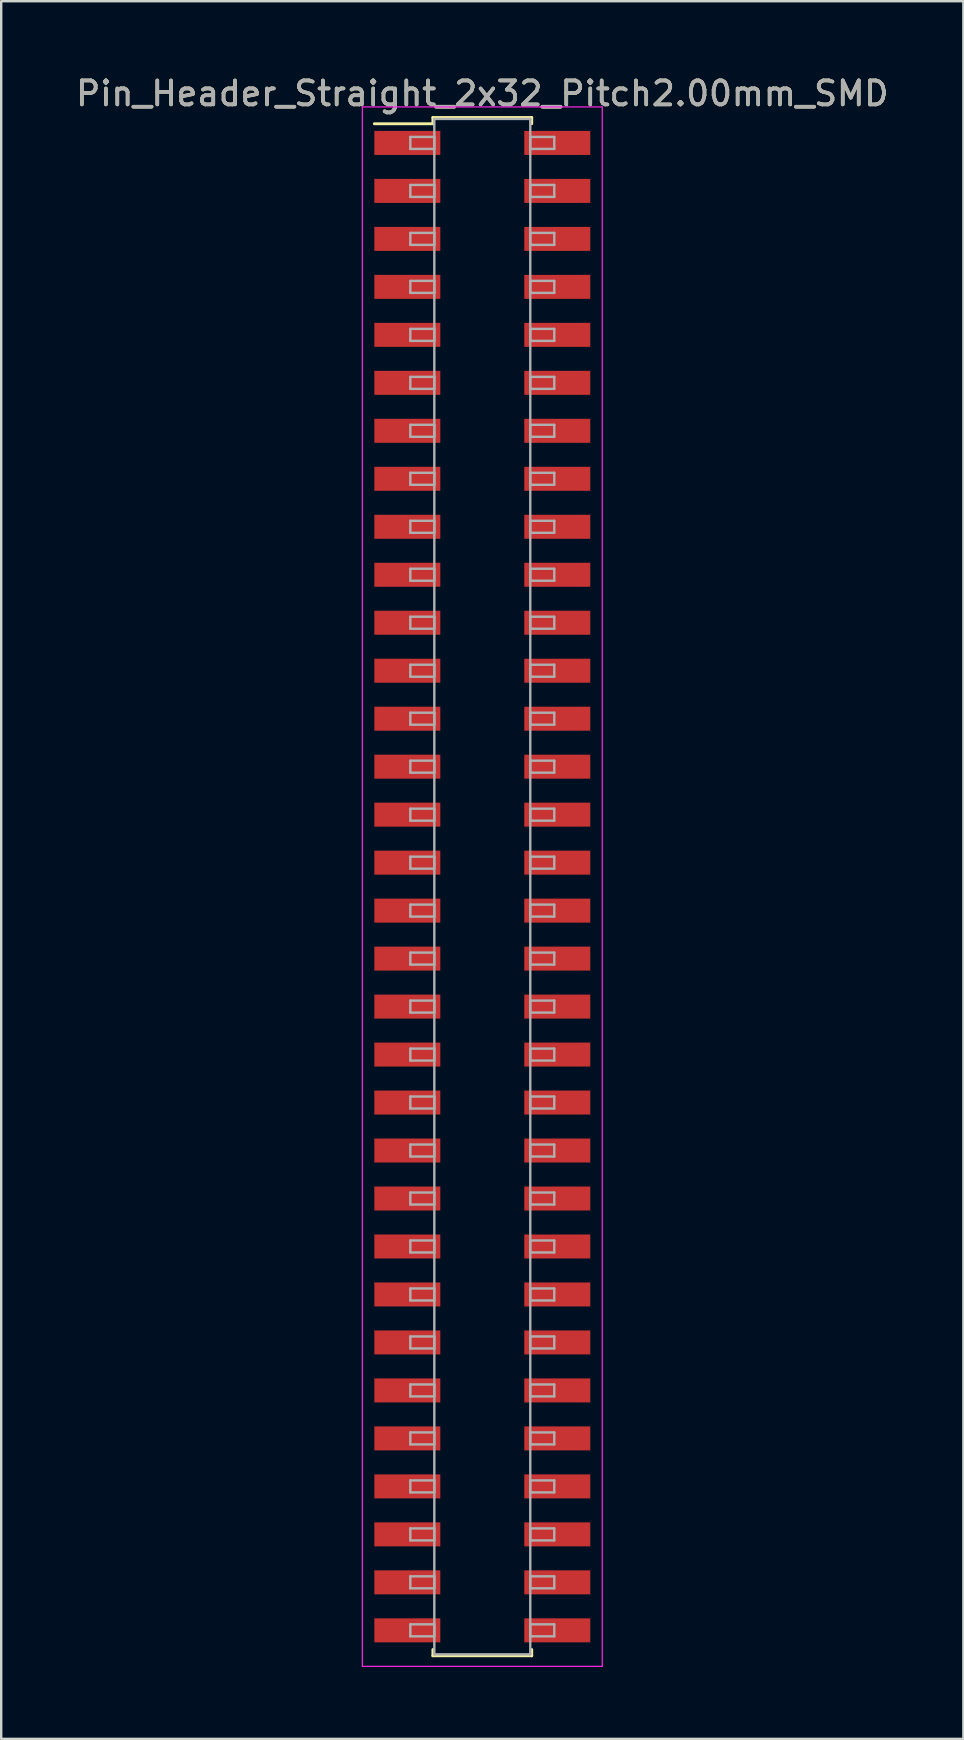
<source format=kicad_pcb>
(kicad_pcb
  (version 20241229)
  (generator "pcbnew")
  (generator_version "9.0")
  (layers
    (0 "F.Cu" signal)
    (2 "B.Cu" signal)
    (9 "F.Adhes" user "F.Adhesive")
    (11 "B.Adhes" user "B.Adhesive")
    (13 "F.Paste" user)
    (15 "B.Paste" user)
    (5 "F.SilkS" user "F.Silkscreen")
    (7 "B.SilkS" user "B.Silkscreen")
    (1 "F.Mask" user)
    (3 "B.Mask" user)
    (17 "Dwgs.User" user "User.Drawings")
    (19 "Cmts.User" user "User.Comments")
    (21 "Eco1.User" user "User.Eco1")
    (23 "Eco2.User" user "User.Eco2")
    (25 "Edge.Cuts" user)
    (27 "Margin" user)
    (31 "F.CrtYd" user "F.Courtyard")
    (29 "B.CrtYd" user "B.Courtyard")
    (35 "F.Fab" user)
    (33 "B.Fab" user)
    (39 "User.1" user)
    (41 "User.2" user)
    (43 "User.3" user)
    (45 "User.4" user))
  (footprint "Pin_Header_Straight_2x32_Pitch2.00mm_SMD"
    (layer "F.Cu")
    (at 17.054 33.908)
    (property "Reference" "Pin_Header_Straight_2x32_Pitch2.00mm_SMD" (at 0 -33.06 0) (layer "F.SilkS") (effects (font (size 1 1) (thickness 0.15))))
    (attr smd)
    (fp_line (start -4.5 -31.8) (end -2.06 -31.8) (stroke (width 0.12) (type solid)) (layer "F.SilkS"))
    (fp_line (start -2.06 -32.06) (end 2.06 -32.06) (stroke (width 0.12) (type solid)) (layer "F.SilkS"))
    (fp_line (start -2.06 -31.8) (end -2.06 -32.06) (stroke (width 0.12) (type solid)) (layer "F.SilkS"))
    (fp_line (start -2.06 31.8) (end -2.06 32.06) (stroke (width 0.12) (type solid)) (layer "F.SilkS"))
    (fp_line (start -2.06 32.06) (end 2.06 32.06) (stroke (width 0.12) (type solid)) (layer "F.SilkS"))
    (fp_line (start 2.06 -32.06) (end 2.06 -31.8) (stroke (width 0.12) (type solid)) (layer "F.SilkS"))
    (fp_line (start 2.06 32.06) (end 2.06 31.8) (stroke (width 0.12) (type solid)) (layer "F.SilkS"))
    (fp_line (start -5 -32.5) (end -5 32.5) (stroke (width 0.05) (type solid)) (layer "F.CrtYd"))
    (fp_line (start -5 32.5) (end 5 32.5) (stroke (width 0.05) (type solid)) (layer "F.CrtYd"))
    (fp_line (start 5 -32.5) (end -5 -32.5) (stroke (width 0.05) (type solid)) (layer "F.CrtYd"))
    (fp_line (start 5 32.5) (end 5 -32.5) (stroke (width 0.05) (type solid)) (layer "F.CrtYd"))
    (fp_line (start -3 -31.25) (end -2 -31.25) (stroke (width 0.1) (type solid)) (layer "F.Fab"))
    (fp_line (start -3 -30.75) (end -3 -31.25) (stroke (width 0.1) (type solid)) (layer "F.Fab"))
    (fp_line (start -3 -29.25) (end -2 -29.25) (stroke (width 0.1) (type solid)) (layer "F.Fab"))
    (fp_line (start -3 -28.75) (end -3 -29.25) (stroke (width 0.1) (type solid)) (layer "F.Fab"))
    (fp_line (start -3 -27.25) (end -2 -27.25) (stroke (width 0.1) (type solid)) (layer "F.Fab"))
    (fp_line (start -3 -26.75) (end -3 -27.25) (stroke (width 0.1) (type solid)) (layer "F.Fab"))
    (fp_line (start -3 -25.25) (end -2 -25.25) (stroke (width 0.1) (type solid)) (layer "F.Fab"))
    (fp_line (start -3 -24.75) (end -3 -25.25) (stroke (width 0.1) (type solid)) (layer "F.Fab"))
    (fp_line (start -3 -23.25) (end -2 -23.25) (stroke (width 0.1) (type solid)) (layer "F.Fab"))
    (fp_line (start -3 -22.75) (end -3 -23.25) (stroke (width 0.1) (type solid)) (layer "F.Fab"))
    (fp_line (start -3 -21.25) (end -2 -21.25) (stroke (width 0.1) (type solid)) (layer "F.Fab"))
    (fp_line (start -3 -20.75) (end -3 -21.25) (stroke (width 0.1) (type solid)) (layer "F.Fab"))
    (fp_line (start -3 -19.25) (end -2 -19.25) (stroke (width 0.1) (type solid)) (layer "F.Fab"))
    (fp_line (start -3 -18.75) (end -3 -19.25) (stroke (width 0.1) (type solid)) (layer "F.Fab"))
    (fp_line (start -3 -17.25) (end -2 -17.25) (stroke (width 0.1) (type solid)) (layer "F.Fab"))
    (fp_line (start -3 -16.75) (end -3 -17.25) (stroke (width 0.1) (type solid)) (layer "F.Fab"))
    (fp_line (start -3 -15.25) (end -2 -15.25) (stroke (width 0.1) (type solid)) (layer "F.Fab"))
    (fp_line (start -3 -14.75) (end -3 -15.25) (stroke (width 0.1) (type solid)) (layer "F.Fab"))
    (fp_line (start -3 -13.25) (end -2 -13.25) (stroke (width 0.1) (type solid)) (layer "F.Fab"))
    (fp_line (start -3 -12.75) (end -3 -13.25) (stroke (width 0.1) (type solid)) (layer "F.Fab"))
    (fp_line (start -3 -11.25) (end -2 -11.25) (stroke (width 0.1) (type solid)) (layer "F.Fab"))
    (fp_line (start -3 -10.75) (end -3 -11.25) (stroke (width 0.1) (type solid)) (layer "F.Fab"))
    (fp_line (start -3 -9.25) (end -2 -9.25) (stroke (width 0.1) (type solid)) (layer "F.Fab"))
    (fp_line (start -3 -8.75) (end -3 -9.25) (stroke (width 0.1) (type solid)) (layer "F.Fab"))
    (fp_line (start -3 -7.25) (end -2 -7.25) (stroke (width 0.1) (type solid)) (layer "F.Fab"))
    (fp_line (start -3 -6.75) (end -3 -7.25) (stroke (width 0.1) (type solid)) (layer "F.Fab"))
    (fp_line (start -3 -5.25) (end -2 -5.25) (stroke (width 0.1) (type solid)) (layer "F.Fab"))
    (fp_line (start -3 -4.75) (end -3 -5.25) (stroke (width 0.1) (type solid)) (layer "F.Fab"))
    (fp_line (start -3 -3.25) (end -2 -3.25) (stroke (width 0.1) (type solid)) (layer "F.Fab"))
    (fp_line (start -3 -2.75) (end -3 -3.25) (stroke (width 0.1) (type solid)) (layer "F.Fab"))
    (fp_line (start -3 -1.25) (end -2 -1.25) (stroke (width 0.1) (type solid)) (layer "F.Fab"))
    (fp_line (start -3 -0.75) (end -3 -1.25) (stroke (width 0.1) (type solid)) (layer "F.Fab"))
    (fp_line (start -3 0.75) (end -2 0.75) (stroke (width 0.1) (type solid)) (layer "F.Fab"))
    (fp_line (start -3 1.25) (end -3 0.75) (stroke (width 0.1) (type solid)) (layer "F.Fab"))
    (fp_line (start -3 2.75) (end -2 2.75) (stroke (width 0.1) (type solid)) (layer "F.Fab"))
    (fp_line (start -3 3.25) (end -3 2.75) (stroke (width 0.1) (type solid)) (layer "F.Fab"))
    (fp_line (start -3 4.75) (end -2 4.75) (stroke (width 0.1) (type solid)) (layer "F.Fab"))
    (fp_line (start -3 5.25) (end -3 4.75) (stroke (width 0.1) (type solid)) (layer "F.Fab"))
    (fp_line (start -3 6.75) (end -2 6.75) (stroke (width 0.1) (type solid)) (layer "F.Fab"))
    (fp_line (start -3 7.25) (end -3 6.75) (stroke (width 0.1) (type solid)) (layer "F.Fab"))
    (fp_line (start -3 8.75) (end -2 8.75) (stroke (width 0.1) (type solid)) (layer "F.Fab"))
    (fp_line (start -3 9.25) (end -3 8.75) (stroke (width 0.1) (type solid)) (layer "F.Fab"))
    (fp_line (start -3 10.75) (end -2 10.75) (stroke (width 0.1) (type solid)) (layer "F.Fab"))
    (fp_line (start -3 11.25) (end -3 10.75) (stroke (width 0.1) (type solid)) (layer "F.Fab"))
    (fp_line (start -3 12.75) (end -2 12.75) (stroke (width 0.1) (type solid)) (layer "F.Fab"))
    (fp_line (start -3 13.25) (end -3 12.75) (stroke (width 0.1) (type solid)) (layer "F.Fab"))
    (fp_line (start -3 14.75) (end -2 14.75) (stroke (width 0.1) (type solid)) (layer "F.Fab"))
    (fp_line (start -3 15.25) (end -3 14.75) (stroke (width 0.1) (type solid)) (layer "F.Fab"))
    (fp_line (start -3 16.75) (end -2 16.75) (stroke (width 0.1) (type solid)) (layer "F.Fab"))
    (fp_line (start -3 17.25) (end -3 16.75) (stroke (width 0.1) (type solid)) (layer "F.Fab"))
    (fp_line (start -3 18.75) (end -2 18.75) (stroke (width 0.1) (type solid)) (layer "F.Fab"))
    (fp_line (start -3 19.25) (end -3 18.75) (stroke (width 0.1) (type solid)) (layer "F.Fab"))
    (fp_line (start -3 20.75) (end -2 20.75) (stroke (width 0.1) (type solid)) (layer "F.Fab"))
    (fp_line (start -3 21.25) (end -3 20.75) (stroke (width 0.1) (type solid)) (layer "F.Fab"))
    (fp_line (start -3 22.75) (end -2 22.75) (stroke (width 0.1) (type solid)) (layer "F.Fab"))
    (fp_line (start -3 23.25) (end -3 22.75) (stroke (width 0.1) (type solid)) (layer "F.Fab"))
    (fp_line (start -3 24.75) (end -2 24.75) (stroke (width 0.1) (type solid)) (layer "F.Fab"))
    (fp_line (start -3 25.25) (end -3 24.75) (stroke (width 0.1) (type solid)) (layer "F.Fab"))
    (fp_line (start -3 26.75) (end -2 26.75) (stroke (width 0.1) (type solid)) (layer "F.Fab"))
    (fp_line (start -3 27.25) (end -3 26.75) (stroke (width 0.1) (type solid)) (layer "F.Fab"))
    (fp_line (start -3 28.75) (end -2 28.75) (stroke (width 0.1) (type solid)) (layer "F.Fab"))
    (fp_line (start -3 29.25) (end -3 28.75) (stroke (width 0.1) (type solid)) (layer "F.Fab"))
    (fp_line (start -3 30.75) (end -2 30.75) (stroke (width 0.1) (type solid)) (layer "F.Fab"))
    (fp_line (start -3 31.25) (end -3 30.75) (stroke (width 0.1) (type solid)) (layer "F.Fab"))
    (fp_line (start -2 -32) (end -2 32) (stroke (width 0.1) (type solid)) (layer "F.Fab"))
    (fp_line (start -2 -31.25) (end -2 -30.75) (stroke (width 0.1) (type solid)) (layer "F.Fab"))
    (fp_line (start -2 -30.75) (end -3 -30.75) (stroke (width 0.1) (type solid)) (layer "F.Fab"))
    (fp_line (start -2 -29.25) (end -2 -28.75) (stroke (width 0.1) (type solid)) (layer "F.Fab"))
    (fp_line (start -2 -28.75) (end -3 -28.75) (stroke (width 0.1) (type solid)) (layer "F.Fab"))
    (fp_line (start -2 -27.25) (end -2 -26.75) (stroke (width 0.1) (type solid)) (layer "F.Fab"))
    (fp_line (start -2 -26.75) (end -3 -26.75) (stroke (width 0.1) (type solid)) (layer "F.Fab"))
    (fp_line (start -2 -25.25) (end -2 -24.75) (stroke (width 0.1) (type solid)) (layer "F.Fab"))
    (fp_line (start -2 -24.75) (end -3 -24.75) (stroke (width 0.1) (type solid)) (layer "F.Fab"))
    (fp_line (start -2 -23.25) (end -2 -22.75) (stroke (width 0.1) (type solid)) (layer "F.Fab"))
    (fp_line (start -2 -22.75) (end -3 -22.75) (stroke (width 0.1) (type solid)) (layer "F.Fab"))
    (fp_line (start -2 -21.25) (end -2 -20.75) (stroke (width 0.1) (type solid)) (layer "F.Fab"))
    (fp_line (start -2 -20.75) (end -3 -20.75) (stroke (width 0.1) (type solid)) (layer "F.Fab"))
    (fp_line (start -2 -19.25) (end -2 -18.75) (stroke (width 0.1) (type solid)) (layer "F.Fab"))
    (fp_line (start -2 -18.75) (end -3 -18.75) (stroke (width 0.1) (type solid)) (layer "F.Fab"))
    (fp_line (start -2 -17.25) (end -2 -16.75) (stroke (width 0.1) (type solid)) (layer "F.Fab"))
    (fp_line (start -2 -16.75) (end -3 -16.75) (stroke (width 0.1) (type solid)) (layer "F.Fab"))
    (fp_line (start -2 -15.25) (end -2 -14.75) (stroke (width 0.1) (type solid)) (layer "F.Fab"))
    (fp_line (start -2 -14.75) (end -3 -14.75) (stroke (width 0.1) (type solid)) (layer "F.Fab"))
    (fp_line (start -2 -13.25) (end -2 -12.75) (stroke (width 0.1) (type solid)) (layer "F.Fab"))
    (fp_line (start -2 -12.75) (end -3 -12.75) (stroke (width 0.1) (type solid)) (layer "F.Fab"))
    (fp_line (start -2 -11.25) (end -2 -10.75) (stroke (width 0.1) (type solid)) (layer "F.Fab"))
    (fp_line (start -2 -10.75) (end -3 -10.75) (stroke (width 0.1) (type solid)) (layer "F.Fab"))
    (fp_line (start -2 -9.25) (end -2 -8.75) (stroke (width 0.1) (type solid)) (layer "F.Fab"))
    (fp_line (start -2 -8.75) (end -3 -8.75) (stroke (width 0.1) (type solid)) (layer "F.Fab"))
    (fp_line (start -2 -7.25) (end -2 -6.75) (stroke (width 0.1) (type solid)) (layer "F.Fab"))
    (fp_line (start -2 -6.75) (end -3 -6.75) (stroke (width 0.1) (type solid)) (layer "F.Fab"))
    (fp_line (start -2 -5.25) (end -2 -4.75) (stroke (width 0.1) (type solid)) (layer "F.Fab"))
    (fp_line (start -2 -4.75) (end -3 -4.75) (stroke (width 0.1) (type solid)) (layer "F.Fab"))
    (fp_line (start -2 -3.25) (end -2 -2.75) (stroke (width 0.1) (type solid)) (layer "F.Fab"))
    (fp_line (start -2 -2.75) (end -3 -2.75) (stroke (width 0.1) (type solid)) (layer "F.Fab"))
    (fp_line (start -2 -1.25) (end -2 -0.75) (stroke (width 0.1) (type solid)) (layer "F.Fab"))
    (fp_line (start -2 -0.75) (end -3 -0.75) (stroke (width 0.1) (type solid)) (layer "F.Fab"))
    (fp_line (start -2 0.75) (end -2 1.25) (stroke (width 0.1) (type solid)) (layer "F.Fab"))
    (fp_line (start -2 1.25) (end -3 1.25) (stroke (width 0.1) (type solid)) (layer "F.Fab"))
    (fp_line (start -2 2.75) (end -2 3.25) (stroke (width 0.1) (type solid)) (layer "F.Fab"))
    (fp_line (start -2 3.25) (end -3 3.25) (stroke (width 0.1) (type solid)) (layer "F.Fab"))
    (fp_line (start -2 4.75) (end -2 5.25) (stroke (width 0.1) (type solid)) (layer "F.Fab"))
    (fp_line (start -2 5.25) (end -3 5.25) (stroke (width 0.1) (type solid)) (layer "F.Fab"))
    (fp_line (start -2 6.75) (end -2 7.25) (stroke (width 0.1) (type solid)) (layer "F.Fab"))
    (fp_line (start -2 7.25) (end -3 7.25) (stroke (width 0.1) (type solid)) (layer "F.Fab"))
    (fp_line (start -2 8.75) (end -2 9.25) (stroke (width 0.1) (type solid)) (layer "F.Fab"))
    (fp_line (start -2 9.25) (end -3 9.25) (stroke (width 0.1) (type solid)) (layer "F.Fab"))
    (fp_line (start -2 10.75) (end -2 11.25) (stroke (width 0.1) (type solid)) (layer "F.Fab"))
    (fp_line (start -2 11.25) (end -3 11.25) (stroke (width 0.1) (type solid)) (layer "F.Fab"))
    (fp_line (start -2 12.75) (end -2 13.25) (stroke (width 0.1) (type solid)) (layer "F.Fab"))
    (fp_line (start -2 13.25) (end -3 13.25) (stroke (width 0.1) (type solid)) (layer "F.Fab"))
    (fp_line (start -2 14.75) (end -2 15.25) (stroke (width 0.1) (type solid)) (layer "F.Fab"))
    (fp_line (start -2 15.25) (end -3 15.25) (stroke (width 0.1) (type solid)) (layer "F.Fab"))
    (fp_line (start -2 16.75) (end -2 17.25) (stroke (width 0.1) (type solid)) (layer "F.Fab"))
    (fp_line (start -2 17.25) (end -3 17.25) (stroke (width 0.1) (type solid)) (layer "F.Fab"))
    (fp_line (start -2 18.75) (end -2 19.25) (stroke (width 0.1) (type solid)) (layer "F.Fab"))
    (fp_line (start -2 19.25) (end -3 19.25) (stroke (width 0.1) (type solid)) (layer "F.Fab"))
    (fp_line (start -2 20.75) (end -2 21.25) (stroke (width 0.1) (type solid)) (layer "F.Fab"))
    (fp_line (start -2 21.25) (end -3 21.25) (stroke (width 0.1) (type solid)) (layer "F.Fab"))
    (fp_line (start -2 22.75) (end -2 23.25) (stroke (width 0.1) (type solid)) (layer "F.Fab"))
    (fp_line (start -2 23.25) (end -3 23.25) (stroke (width 0.1) (type solid)) (layer "F.Fab"))
    (fp_line (start -2 24.75) (end -2 25.25) (stroke (width 0.1) (type solid)) (layer "F.Fab"))
    (fp_line (start -2 25.25) (end -3 25.25) (stroke (width 0.1) (type solid)) (layer "F.Fab"))
    (fp_line (start -2 26.75) (end -2 27.25) (stroke (width 0.1) (type solid)) (layer "F.Fab"))
    (fp_line (start -2 27.25) (end -3 27.25) (stroke (width 0.1) (type solid)) (layer "F.Fab"))
    (fp_line (start -2 28.75) (end -2 29.25) (stroke (width 0.1) (type solid)) (layer "F.Fab"))
    (fp_line (start -2 29.25) (end -3 29.25) (stroke (width 0.1) (type solid)) (layer "F.Fab"))
    (fp_line (start -2 30.75) (end -2 31.25) (stroke (width 0.1) (type solid)) (layer "F.Fab"))
    (fp_line (start -2 31.25) (end -3 31.25) (stroke (width 0.1) (type solid)) (layer "F.Fab"))
    (fp_line (start -2 32) (end 2 32) (stroke (width 0.1) (type solid)) (layer "F.Fab"))
    (fp_line (start 2 -32) (end -2 -32) (stroke (width 0.1) (type solid)) (layer "F.Fab"))
    (fp_line (start 2 -31.25) (end 2 -30.75) (stroke (width 0.1) (type solid)) (layer "F.Fab"))
    (fp_line (start 2 -30.75) (end 3 -30.75) (stroke (width 0.1) (type solid)) (layer "F.Fab"))
    (fp_line (start 2 -29.25) (end 2 -28.75) (stroke (width 0.1) (type solid)) (layer "F.Fab"))
    (fp_line (start 2 -28.75) (end 3 -28.75) (stroke (width 0.1) (type solid)) (layer "F.Fab"))
    (fp_line (start 2 -27.25) (end 2 -26.75) (stroke (width 0.1) (type solid)) (layer "F.Fab"))
    (fp_line (start 2 -26.75) (end 3 -26.75) (stroke (width 0.1) (type solid)) (layer "F.Fab"))
    (fp_line (start 2 -25.25) (end 2 -24.75) (stroke (width 0.1) (type solid)) (layer "F.Fab"))
    (fp_line (start 2 -24.75) (end 3 -24.75) (stroke (width 0.1) (type solid)) (layer "F.Fab"))
    (fp_line (start 2 -23.25) (end 2 -22.75) (stroke (width 0.1) (type solid)) (layer "F.Fab"))
    (fp_line (start 2 -22.75) (end 3 -22.75) (stroke (width 0.1) (type solid)) (layer "F.Fab"))
    (fp_line (start 2 -21.25) (end 2 -20.75) (stroke (width 0.1) (type solid)) (layer "F.Fab"))
    (fp_line (start 2 -20.75) (end 3 -20.75) (stroke (width 0.1) (type solid)) (layer "F.Fab"))
    (fp_line (start 2 -19.25) (end 2 -18.75) (stroke (width 0.1) (type solid)) (layer "F.Fab"))
    (fp_line (start 2 -18.75) (end 3 -18.75) (stroke (width 0.1) (type solid)) (layer "F.Fab"))
    (fp_line (start 2 -17.25) (end 2 -16.75) (stroke (width 0.1) (type solid)) (layer "F.Fab"))
    (fp_line (start 2 -16.75) (end 3 -16.75) (stroke (width 0.1) (type solid)) (layer "F.Fab"))
    (fp_line (start 2 -15.25) (end 2 -14.75) (stroke (width 0.1) (type solid)) (layer "F.Fab"))
    (fp_line (start 2 -14.75) (end 3 -14.75) (stroke (width 0.1) (type solid)) (layer "F.Fab"))
    (fp_line (start 2 -13.25) (end 2 -12.75) (stroke (width 0.1) (type solid)) (layer "F.Fab"))
    (fp_line (start 2 -12.75) (end 3 -12.75) (stroke (width 0.1) (type solid)) (layer "F.Fab"))
    (fp_line (start 2 -11.25) (end 2 -10.75) (stroke (width 0.1) (type solid)) (layer "F.Fab"))
    (fp_line (start 2 -10.75) (end 3 -10.75) (stroke (width 0.1) (type solid)) (layer "F.Fab"))
    (fp_line (start 2 -9.25) (end 2 -8.75) (stroke (width 0.1) (type solid)) (layer "F.Fab"))
    (fp_line (start 2 -8.75) (end 3 -8.75) (stroke (width 0.1) (type solid)) (layer "F.Fab"))
    (fp_line (start 2 -7.25) (end 2 -6.75) (stroke (width 0.1) (type solid)) (layer "F.Fab"))
    (fp_line (start 2 -6.75) (end 3 -6.75) (stroke (width 0.1) (type solid)) (layer "F.Fab"))
    (fp_line (start 2 -5.25) (end 2 -4.75) (stroke (width 0.1) (type solid)) (layer "F.Fab"))
    (fp_line (start 2 -4.75) (end 3 -4.75) (stroke (width 0.1) (type solid)) (layer "F.Fab"))
    (fp_line (start 2 -3.25) (end 2 -2.75) (stroke (width 0.1) (type solid)) (layer "F.Fab"))
    (fp_line (start 2 -2.75) (end 3 -2.75) (stroke (width 0.1) (type solid)) (layer "F.Fab"))
    (fp_line (start 2 -1.25) (end 2 -0.75) (stroke (width 0.1) (type solid)) (layer "F.Fab"))
    (fp_line (start 2 -0.75) (end 3 -0.75) (stroke (width 0.1) (type solid)) (layer "F.Fab"))
    (fp_line (start 2 0.75) (end 2 1.25) (stroke (width 0.1) (type solid)) (layer "F.Fab"))
    (fp_line (start 2 1.25) (end 3 1.25) (stroke (width 0.1) (type solid)) (layer "F.Fab"))
    (fp_line (start 2 2.75) (end 2 3.25) (stroke (width 0.1) (type solid)) (layer "F.Fab"))
    (fp_line (start 2 3.25) (end 3 3.25) (stroke (width 0.1) (type solid)) (layer "F.Fab"))
    (fp_line (start 2 4.75) (end 2 5.25) (stroke (width 0.1) (type solid)) (layer "F.Fab"))
    (fp_line (start 2 5.25) (end 3 5.25) (stroke (width 0.1) (type solid)) (layer "F.Fab"))
    (fp_line (start 2 6.75) (end 2 7.25) (stroke (width 0.1) (type solid)) (layer "F.Fab"))
    (fp_line (start 2 7.25) (end 3 7.25) (stroke (width 0.1) (type solid)) (layer "F.Fab"))
    (fp_line (start 2 8.75) (end 2 9.25) (stroke (width 0.1) (type solid)) (layer "F.Fab"))
    (fp_line (start 2 9.25) (end 3 9.25) (stroke (width 0.1) (type solid)) (layer "F.Fab"))
    (fp_line (start 2 10.75) (end 2 11.25) (stroke (width 0.1) (type solid)) (layer "F.Fab"))
    (fp_line (start 2 11.25) (end 3 11.25) (stroke (width 0.1) (type solid)) (layer "F.Fab"))
    (fp_line (start 2 12.75) (end 2 13.25) (stroke (width 0.1) (type solid)) (layer "F.Fab"))
    (fp_line (start 2 13.25) (end 3 13.25) (stroke (width 0.1) (type solid)) (layer "F.Fab"))
    (fp_line (start 2 14.75) (end 2 15.25) (stroke (width 0.1) (type solid)) (layer "F.Fab"))
    (fp_line (start 2 15.25) (end 3 15.25) (stroke (width 0.1) (type solid)) (layer "F.Fab"))
    (fp_line (start 2 16.75) (end 2 17.25) (stroke (width 0.1) (type solid)) (layer "F.Fab"))
    (fp_line (start 2 17.25) (end 3 17.25) (stroke (width 0.1) (type solid)) (layer "F.Fab"))
    (fp_line (start 2 18.75) (end 2 19.25) (stroke (width 0.1) (type solid)) (layer "F.Fab"))
    (fp_line (start 2 19.25) (end 3 19.25) (stroke (width 0.1) (type solid)) (layer "F.Fab"))
    (fp_line (start 2 20.75) (end 2 21.25) (stroke (width 0.1) (type solid)) (layer "F.Fab"))
    (fp_line (start 2 21.25) (end 3 21.25) (stroke (width 0.1) (type solid)) (layer "F.Fab"))
    (fp_line (start 2 22.75) (end 2 23.25) (stroke (width 0.1) (type solid)) (layer "F.Fab"))
    (fp_line (start 2 23.25) (end 3 23.25) (stroke (width 0.1) (type solid)) (layer "F.Fab"))
    (fp_line (start 2 24.75) (end 2 25.25) (stroke (width 0.1) (type solid)) (layer "F.Fab"))
    (fp_line (start 2 25.25) (end 3 25.25) (stroke (width 0.1) (type solid)) (layer "F.Fab"))
    (fp_line (start 2 26.75) (end 2 27.25) (stroke (width 0.1) (type solid)) (layer "F.Fab"))
    (fp_line (start 2 27.25) (end 3 27.25) (stroke (width 0.1) (type solid)) (layer "F.Fab"))
    (fp_line (start 2 28.75) (end 2 29.25) (stroke (width 0.1) (type solid)) (layer "F.Fab"))
    (fp_line (start 2 29.25) (end 3 29.25) (stroke (width 0.1) (type solid)) (layer "F.Fab"))
    (fp_line (start 2 30.75) (end 2 31.25) (stroke (width 0.1) (type solid)) (layer "F.Fab"))
    (fp_line (start 2 31.25) (end 3 31.25) (stroke (width 0.1) (type solid)) (layer "F.Fab"))
    (fp_line (start 2 32) (end 2 -32) (stroke (width 0.1) (type solid)) (layer "F.Fab"))
    (fp_line (start 3 -31.25) (end 2 -31.25) (stroke (width 0.1) (type solid)) (layer "F.Fab"))
    (fp_line (start 3 -30.75) (end 3 -31.25) (stroke (width 0.1) (type solid)) (layer "F.Fab"))
    (fp_line (start 3 -29.25) (end 2 -29.25) (stroke (width 0.1) (type solid)) (layer "F.Fab"))
    (fp_line (start 3 -28.75) (end 3 -29.25) (stroke (width 0.1) (type solid)) (layer "F.Fab"))
    (fp_line (start 3 -27.25) (end 2 -27.25) (stroke (width 0.1) (type solid)) (layer "F.Fab"))
    (fp_line (start 3 -26.75) (end 3 -27.25) (stroke (width 0.1) (type solid)) (layer "F.Fab"))
    (fp_line (start 3 -25.25) (end 2 -25.25) (stroke (width 0.1) (type solid)) (layer "F.Fab"))
    (fp_line (start 3 -24.75) (end 3 -25.25) (stroke (width 0.1) (type solid)) (layer "F.Fab"))
    (fp_line (start 3 -23.25) (end 2 -23.25) (stroke (width 0.1) (type solid)) (layer "F.Fab"))
    (fp_line (start 3 -22.75) (end 3 -23.25) (stroke (width 0.1) (type solid)) (layer "F.Fab"))
    (fp_line (start 3 -21.25) (end 2 -21.25) (stroke (width 0.1) (type solid)) (layer "F.Fab"))
    (fp_line (start 3 -20.75) (end 3 -21.25) (stroke (width 0.1) (type solid)) (layer "F.Fab"))
    (fp_line (start 3 -19.25) (end 2 -19.25) (stroke (width 0.1) (type solid)) (layer "F.Fab"))
    (fp_line (start 3 -18.75) (end 3 -19.25) (stroke (width 0.1) (type solid)) (layer "F.Fab"))
    (fp_line (start 3 -17.25) (end 2 -17.25) (stroke (width 0.1) (type solid)) (layer "F.Fab"))
    (fp_line (start 3 -16.75) (end 3 -17.25) (stroke (width 0.1) (type solid)) (layer "F.Fab"))
    (fp_line (start 3 -15.25) (end 2 -15.25) (stroke (width 0.1) (type solid)) (layer "F.Fab"))
    (fp_line (start 3 -14.75) (end 3 -15.25) (stroke (width 0.1) (type solid)) (layer "F.Fab"))
    (fp_line (start 3 -13.25) (end 2 -13.25) (stroke (width 0.1) (type solid)) (layer "F.Fab"))
    (fp_line (start 3 -12.75) (end 3 -13.25) (stroke (width 0.1) (type solid)) (layer "F.Fab"))
    (fp_line (start 3 -11.25) (end 2 -11.25) (stroke (width 0.1) (type solid)) (layer "F.Fab"))
    (fp_line (start 3 -10.75) (end 3 -11.25) (stroke (width 0.1) (type solid)) (layer "F.Fab"))
    (fp_line (start 3 -9.25) (end 2 -9.25) (stroke (width 0.1) (type solid)) (layer "F.Fab"))
    (fp_line (start 3 -8.75) (end 3 -9.25) (stroke (width 0.1) (type solid)) (layer "F.Fab"))
    (fp_line (start 3 -7.25) (end 2 -7.25) (stroke (width 0.1) (type solid)) (layer "F.Fab"))
    (fp_line (start 3 -6.75) (end 3 -7.25) (stroke (width 0.1) (type solid)) (layer "F.Fab"))
    (fp_line (start 3 -5.25) (end 2 -5.25) (stroke (width 0.1) (type solid)) (layer "F.Fab"))
    (fp_line (start 3 -4.75) (end 3 -5.25) (stroke (width 0.1) (type solid)) (layer "F.Fab"))
    (fp_line (start 3 -3.25) (end 2 -3.25) (stroke (width 0.1) (type solid)) (layer "F.Fab"))
    (fp_line (start 3 -2.75) (end 3 -3.25) (stroke (width 0.1) (type solid)) (layer "F.Fab"))
    (fp_line (start 3 -1.25) (end 2 -1.25) (stroke (width 0.1) (type solid)) (layer "F.Fab"))
    (fp_line (start 3 -0.75) (end 3 -1.25) (stroke (width 0.1) (type solid)) (layer "F.Fab"))
    (fp_line (start 3 0.75) (end 2 0.75) (stroke (width 0.1) (type solid)) (layer "F.Fab"))
    (fp_line (start 3 1.25) (end 3 0.75) (stroke (width 0.1) (type solid)) (layer "F.Fab"))
    (fp_line (start 3 2.75) (end 2 2.75) (stroke (width 0.1) (type solid)) (layer "F.Fab"))
    (fp_line (start 3 3.25) (end 3 2.75) (stroke (width 0.1) (type solid)) (layer "F.Fab"))
    (fp_line (start 3 4.75) (end 2 4.75) (stroke (width 0.1) (type solid)) (layer "F.Fab"))
    (fp_line (start 3 5.25) (end 3 4.75) (stroke (width 0.1) (type solid)) (layer "F.Fab"))
    (fp_line (start 3 6.75) (end 2 6.75) (stroke (width 0.1) (type solid)) (layer "F.Fab"))
    (fp_line (start 3 7.25) (end 3 6.75) (stroke (width 0.1) (type solid)) (layer "F.Fab"))
    (fp_line (start 3 8.75) (end 2 8.75) (stroke (width 0.1) (type solid)) (layer "F.Fab"))
    (fp_line (start 3 9.25) (end 3 8.75) (stroke (width 0.1) (type solid)) (layer "F.Fab"))
    (fp_line (start 3 10.75) (end 2 10.75) (stroke (width 0.1) (type solid)) (layer "F.Fab"))
    (fp_line (start 3 11.25) (end 3 10.75) (stroke (width 0.1) (type solid)) (layer "F.Fab"))
    (fp_line (start 3 12.75) (end 2 12.75) (stroke (width 0.1) (type solid)) (layer "F.Fab"))
    (fp_line (start 3 13.25) (end 3 12.75) (stroke (width 0.1) (type solid)) (layer "F.Fab"))
    (fp_line (start 3 14.75) (end 2 14.75) (stroke (width 0.1) (type solid)) (layer "F.Fab"))
    (fp_line (start 3 15.25) (end 3 14.75) (stroke (width 0.1) (type solid)) (layer "F.Fab"))
    (fp_line (start 3 16.75) (end 2 16.75) (stroke (width 0.1) (type solid)) (layer "F.Fab"))
    (fp_line (start 3 17.25) (end 3 16.75) (stroke (width 0.1) (type solid)) (layer "F.Fab"))
    (fp_line (start 3 18.75) (end 2 18.75) (stroke (width 0.1) (type solid)) (layer "F.Fab"))
    (fp_line (start 3 19.25) (end 3 18.75) (stroke (width 0.1) (type solid)) (layer "F.Fab"))
    (fp_line (start 3 20.75) (end 2 20.75) (stroke (width 0.1) (type solid)) (layer "F.Fab"))
    (fp_line (start 3 21.25) (end 3 20.75) (stroke (width 0.1) (type solid)) (layer "F.Fab"))
    (fp_line (start 3 22.75) (end 2 22.75) (stroke (width 0.1) (type solid)) (layer "F.Fab"))
    (fp_line (start 3 23.25) (end 3 22.75) (stroke (width 0.1) (type solid)) (layer "F.Fab"))
    (fp_line (start 3 24.75) (end 2 24.75) (stroke (width 0.1) (type solid)) (layer "F.Fab"))
    (fp_line (start 3 25.25) (end 3 24.75) (stroke (width 0.1) (type solid)) (layer "F.Fab"))
    (fp_line (start 3 26.75) (end 2 26.75) (stroke (width 0.1) (type solid)) (layer "F.Fab"))
    (fp_line (start 3 27.25) (end 3 26.75) (stroke (width 0.1) (type solid)) (layer "F.Fab"))
    (fp_line (start 3 28.75) (end 2 28.75) (stroke (width 0.1) (type solid)) (layer "F.Fab"))
    (fp_line (start 3 29.25) (end 3 28.75) (stroke (width 0.1) (type solid)) (layer "F.Fab"))
    (fp_line (start 3 30.75) (end 2 30.75) (stroke (width 0.1) (type solid)) (layer "F.Fab"))
    (fp_line (start 3 31.25) (end 3 30.75) (stroke (width 0.1) (type solid)) (layer "F.Fab"))
    (fp_text user "${REFERENCE}" (at 0 -33.06 0) (layer "F.Fab") (effects (font (size 1 1) (thickness 0.15))))
    (pad "1" smd rect (at -3.125 -31) (size 2.75 1) (layers "F.Cu" "F.Mask" "F.Paste"))
    (pad "2" smd rect (at 3.125 -31) (size 2.75 1) (layers "F.Cu" "F.Mask" "F.Paste"))
    (pad "3" smd rect (at -3.125 -29) (size 2.75 1) (layers "F.Cu" "F.Mask" "F.Paste"))
    (pad "4" smd rect (at 3.125 -29) (size 2.75 1) (layers "F.Cu" "F.Mask" "F.Paste"))
    (pad "5" smd rect (at -3.125 -27) (size 2.75 1) (layers "F.Cu" "F.Mask" "F.Paste"))
    (pad "6" smd rect (at 3.125 -27) (size 2.75 1) (layers "F.Cu" "F.Mask" "F.Paste"))
    (pad "7" smd rect (at -3.125 -25) (size 2.75 1) (layers "F.Cu" "F.Mask" "F.Paste"))
    (pad "8" smd rect (at 3.125 -25) (size 2.75 1) (layers "F.Cu" "F.Mask" "F.Paste"))
    (pad "9" smd rect (at -3.125 -23) (size 2.75 1) (layers "F.Cu" "F.Mask" "F.Paste"))
    (pad "10" smd rect (at 3.125 -23) (size 2.75 1) (layers "F.Cu" "F.Mask" "F.Paste"))
    (pad "11" smd rect (at -3.125 -21) (size 2.75 1) (layers "F.Cu" "F.Mask" "F.Paste"))
    (pad "12" smd rect (at 3.125 -21) (size 2.75 1) (layers "F.Cu" "F.Mask" "F.Paste"))
    (pad "13" smd rect (at -3.125 -19) (size 2.75 1) (layers "F.Cu" "F.Mask" "F.Paste"))
    (pad "14" smd rect (at 3.125 -19) (size 2.75 1) (layers "F.Cu" "F.Mask" "F.Paste"))
    (pad "15" smd rect (at -3.125 -17) (size 2.75 1) (layers "F.Cu" "F.Mask" "F.Paste"))
    (pad "16" smd rect (at 3.125 -17) (size 2.75 1) (layers "F.Cu" "F.Mask" "F.Paste"))
    (pad "17" smd rect (at -3.125 -15) (size 2.75 1) (layers "F.Cu" "F.Mask" "F.Paste"))
    (pad "18" smd rect (at 3.125 -15) (size 2.75 1) (layers "F.Cu" "F.Mask" "F.Paste"))
    (pad "19" smd rect (at -3.125 -13) (size 2.75 1) (layers "F.Cu" "F.Mask" "F.Paste"))
    (pad "20" smd rect (at 3.125 -13) (size 2.75 1) (layers "F.Cu" "F.Mask" "F.Paste"))
    (pad "21" smd rect (at -3.125 -11) (size 2.75 1) (layers "F.Cu" "F.Mask" "F.Paste"))
    (pad "22" smd rect (at 3.125 -11) (size 2.75 1) (layers "F.Cu" "F.Mask" "F.Paste"))
    (pad "23" smd rect (at -3.125 -9) (size 2.75 1) (layers "F.Cu" "F.Mask" "F.Paste"))
    (pad "24" smd rect (at 3.125 -9) (size 2.75 1) (layers "F.Cu" "F.Mask" "F.Paste"))
    (pad "25" smd rect (at -3.125 -7) (size 2.75 1) (layers "F.Cu" "F.Mask" "F.Paste"))
    (pad "26" smd rect (at 3.125 -7) (size 2.75 1) (layers "F.Cu" "F.Mask" "F.Paste"))
    (pad "27" smd rect (at -3.125 -5) (size 2.75 1) (layers "F.Cu" "F.Mask" "F.Paste"))
    (pad "28" smd rect (at 3.125 -5) (size 2.75 1) (layers "F.Cu" "F.Mask" "F.Paste"))
    (pad "29" smd rect (at -3.125 -3) (size 2.75 1) (layers "F.Cu" "F.Mask" "F.Paste"))
    (pad "30" smd rect (at 3.125 -3) (size 2.75 1) (layers "F.Cu" "F.Mask" "F.Paste"))
    (pad "31" smd rect (at -3.125 -1) (size 2.75 1) (layers "F.Cu" "F.Mask" "F.Paste"))
    (pad "32" smd rect (at 3.125 -1) (size 2.75 1) (layers "F.Cu" "F.Mask" "F.Paste"))
    (pad "33" smd rect (at -3.125 1) (size 2.75 1) (layers "F.Cu" "F.Mask" "F.Paste"))
    (pad "34" smd rect (at 3.125 1) (size 2.75 1) (layers "F.Cu" "F.Mask" "F.Paste"))
    (pad "35" smd rect (at -3.125 3) (size 2.75 1) (layers "F.Cu" "F.Mask" "F.Paste"))
    (pad "36" smd rect (at 3.125 3) (size 2.75 1) (layers "F.Cu" "F.Mask" "F.Paste"))
    (pad "37" smd rect (at -3.125 5) (size 2.75 1) (layers "F.Cu" "F.Mask" "F.Paste"))
    (pad "38" smd rect (at 3.125 5) (size 2.75 1) (layers "F.Cu" "F.Mask" "F.Paste"))
    (pad "39" smd rect (at -3.125 7) (size 2.75 1) (layers "F.Cu" "F.Mask" "F.Paste"))
    (pad "40" smd rect (at 3.125 7) (size 2.75 1) (layers "F.Cu" "F.Mask" "F.Paste"))
    (pad "41" smd rect (at -3.125 9) (size 2.75 1) (layers "F.Cu" "F.Mask" "F.Paste"))
    (pad "42" smd rect (at 3.125 9) (size 2.75 1) (layers "F.Cu" "F.Mask" "F.Paste"))
    (pad "43" smd rect (at -3.125 11) (size 2.75 1) (layers "F.Cu" "F.Mask" "F.Paste"))
    (pad "44" smd rect (at 3.125 11) (size 2.75 1) (layers "F.Cu" "F.Mask" "F.Paste"))
    (pad "45" smd rect (at -3.125 13) (size 2.75 1) (layers "F.Cu" "F.Mask" "F.Paste"))
    (pad "46" smd rect (at 3.125 13) (size 2.75 1) (layers "F.Cu" "F.Mask" "F.Paste"))
    (pad "47" smd rect (at -3.125 15) (size 2.75 1) (layers "F.Cu" "F.Mask" "F.Paste"))
    (pad "48" smd rect (at 3.125 15) (size 2.75 1) (layers "F.Cu" "F.Mask" "F.Paste"))
    (pad "49" smd rect (at -3.125 17) (size 2.75 1) (layers "F.Cu" "F.Mask" "F.Paste"))
    (pad "50" smd rect (at 3.125 17) (size 2.75 1) (layers "F.Cu" "F.Mask" "F.Paste"))
    (pad "51" smd rect (at -3.125 19) (size 2.75 1) (layers "F.Cu" "F.Mask" "F.Paste"))
    (pad "52" smd rect (at 3.125 19) (size 2.75 1) (layers "F.Cu" "F.Mask" "F.Paste"))
    (pad "53" smd rect (at -3.125 21) (size 2.75 1) (layers "F.Cu" "F.Mask" "F.Paste"))
    (pad "54" smd rect (at 3.125 21) (size 2.75 1) (layers "F.Cu" "F.Mask" "F.Paste"))
    (pad "55" smd rect (at -3.125 23) (size 2.75 1) (layers "F.Cu" "F.Mask" "F.Paste"))
    (pad "56" smd rect (at 3.125 23) (size 2.75 1) (layers "F.Cu" "F.Mask" "F.Paste"))
    (pad "57" smd rect (at -3.125 25) (size 2.75 1) (layers "F.Cu" "F.Mask" "F.Paste"))
    (pad "58" smd rect (at 3.125 25) (size 2.75 1) (layers "F.Cu" "F.Mask" "F.Paste"))
    (pad "59" smd rect (at -3.125 27) (size 2.75 1) (layers "F.Cu" "F.Mask" "F.Paste"))
    (pad "60" smd rect (at 3.125 27) (size 2.75 1) (layers "F.Cu" "F.Mask" "F.Paste"))
    (pad "61" smd rect (at -3.125 29) (size 2.75 1) (layers "F.Cu" "F.Mask" "F.Paste"))
    (pad "62" smd rect (at 3.125 29) (size 2.75 1) (layers "F.Cu" "F.Mask" "F.Paste"))
    (pad "63" smd rect (at -3.125 31) (size 2.75 1) (layers "F.Cu" "F.Mask" "F.Paste"))
    (pad "64" smd rect (at 3.125 31) (size 2.75 1) (layers "F.Cu" "F.Mask" "F.Paste")))
  (gr_rect
    (start -3 -3)
    (end 37.107 69.433)
    (stroke (width 0.1) (type default))
    (fill no)
    (layer "Edge.Cuts")))
</source>
